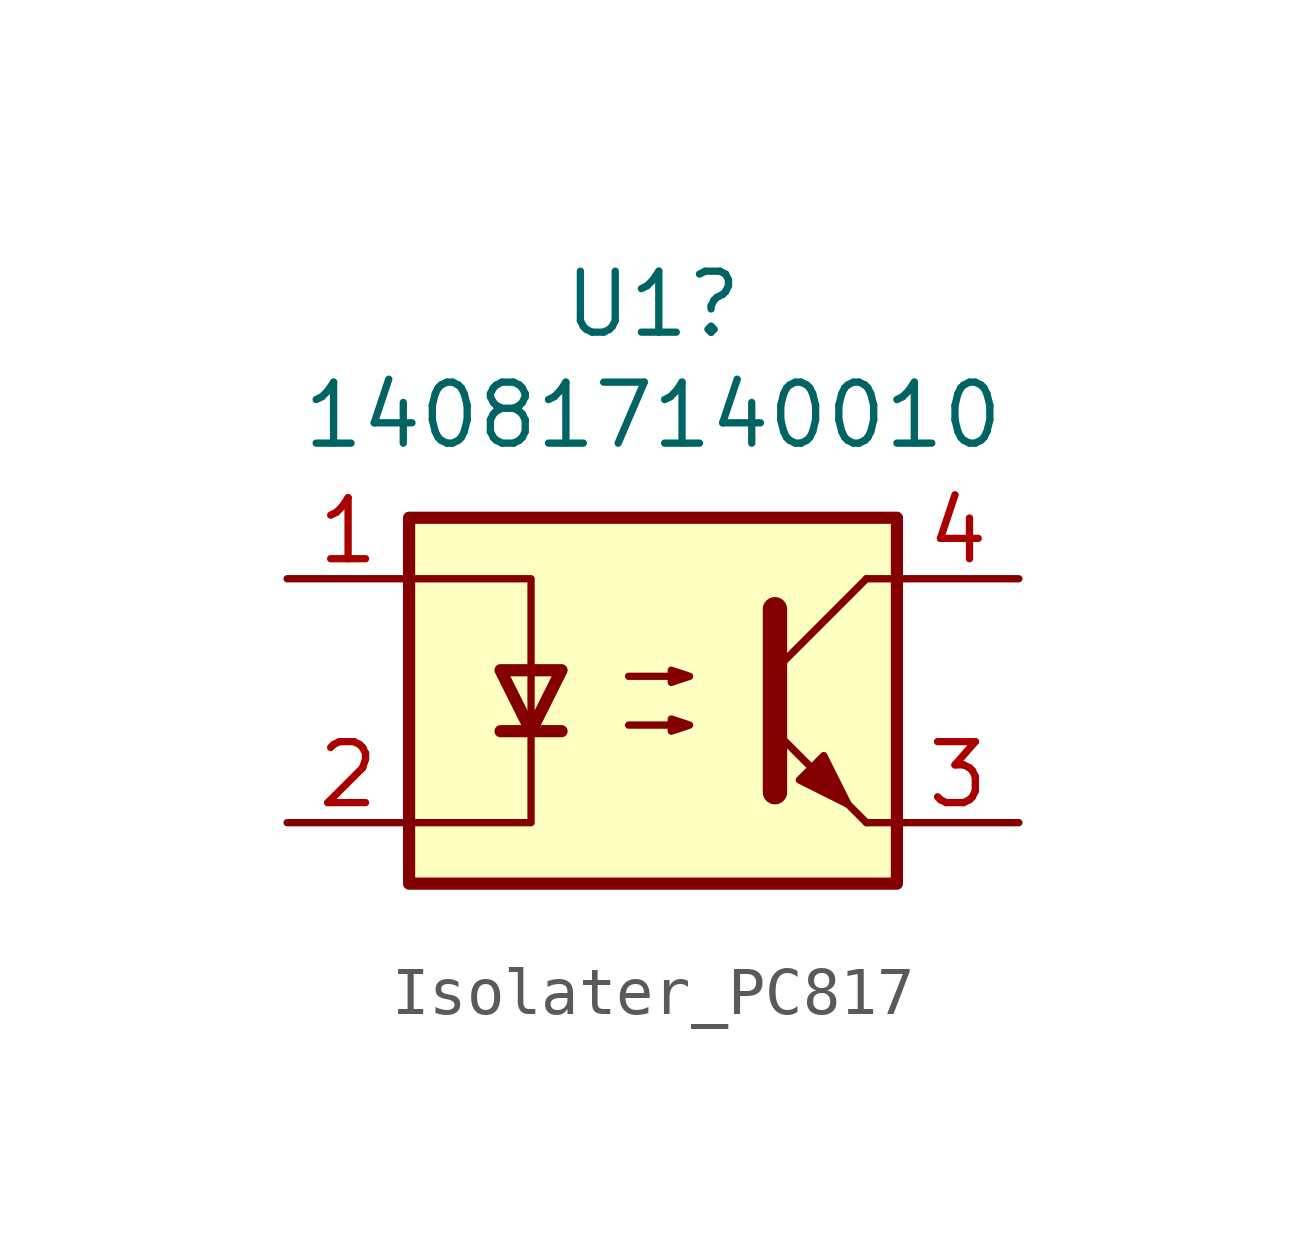
<source format=kicad_sym>
(kicad_symbol_lib
  (version 20220914)
  (generator kicad_symbol_editor)
  (symbol "Isolater_PC817"
    (pin_names
      (offset 1.016))
    (property "Reference" "U1"
      (at 0 8.255 0)
      (effects (font (size 1.27 1.27))))
    (property "Value" "140817140010"
      (at 0 5.944 0)
      (effects (font (size 1.27 1.27))))
    (property "LCSC" ""
      (at 0 0 0)
      (effects (font (size 1.27 1.27))))
    (property "Silkscreen" ""
      (at 0 0 0)
      (effects (font (size 1.27 1.27))))
    (symbol "Isolater_PC817_0_1"
      (rectangle (start -5.08 3.81) (end 5.08 -3.81) (stroke (width 0.254) (type default)) (fill (type background)))
      (polyline (pts (xy -3.175 -0.635) (xy -1.905 -0.635)) (stroke (width 0.254) (type default)) (fill (type none)))
      (polyline (pts (xy 2.54 0.635) (xy 4.445 2.54)) (stroke (width 0) (type default)) (fill (type none)))
      (polyline (pts (xy 4.445 -2.54) (xy 2.54 -0.635)) (stroke (width 0) (type default)) (fill (type outline)))
      (polyline (pts (xy 4.445 -2.54) (xy 5.08 -2.54)) (stroke (width 0) (type default)) (fill (type none)))
      (polyline (pts (xy 4.445 2.54) (xy 5.08 2.54)) (stroke (width 0) (type default)) (fill (type none)))
      (polyline (pts (xy -5.08 2.54) (xy -2.54 2.54) (xy -2.54 -0.635)) (stroke (width 0) (type default)) (fill (type none)))
      (polyline (pts (xy -2.54 -0.635) (xy -2.54 -2.54) (xy -5.08 -2.54)) (stroke (width 0) (type default)) (fill (type none)))
      (polyline (pts (xy 2.54 1.905) (xy 2.54 -1.905) (xy 2.54 -1.905)) (stroke (width 0.508) (type default)) (fill (type none)))
      (polyline (pts (xy -2.54 -0.635) (xy -3.175 0.635) (xy -1.905 0.635) (xy -2.54 -0.635)) (stroke (width 0.254) (type default)) (fill (type none)))
      (polyline (pts (xy -0.508 -0.508) (xy 0.762 -0.508) (xy 0.381 -0.635) (xy 0.381 -0.381) (xy 0.762 -0.508)) (stroke (width 0) (type default)) (fill (type none)))
      (polyline (pts (xy -0.508 0.508) (xy 0.762 0.508) (xy 0.381 0.381) (xy 0.381 0.635) (xy 0.762 0.508)) (stroke (width 0) (type default)) (fill (type none)))
      (polyline (pts (xy 3.048 -1.651) (xy 3.556 -1.143) (xy 4.064 -2.159) (xy 3.048 -1.651) (xy 3.048 -1.651)) (stroke (width 0) (type default)) (fill (type outline))))
    (symbol "Isolater_PC817_1_1"
      (pin passive line (at -7.62 2.54 0) (length 2.54) (name "~" (effects (font (size 1.27 1.27)))) (number "1" (effects (font (size 1.27 1.27)))))
      (pin passive line (at -7.62 -2.54 0) (length 2.54) (name "~" (effects (font (size 1.27 1.27)))) (number "2" (effects (font (size 1.27 1.27)))))
      (pin passive line (at 7.62 -2.54 180) (length 2.54) (name "~" (effects (font (size 1.27 1.27)))) (number "3" (effects (font (size 1.27 1.27)))))
      (pin passive line (at 7.62 2.54 180) (length 2.54) (name "~" (effects (font (size 1.27 1.27)))) (number "4" (effects (font (size 1.27 1.27))))))))
</source>
